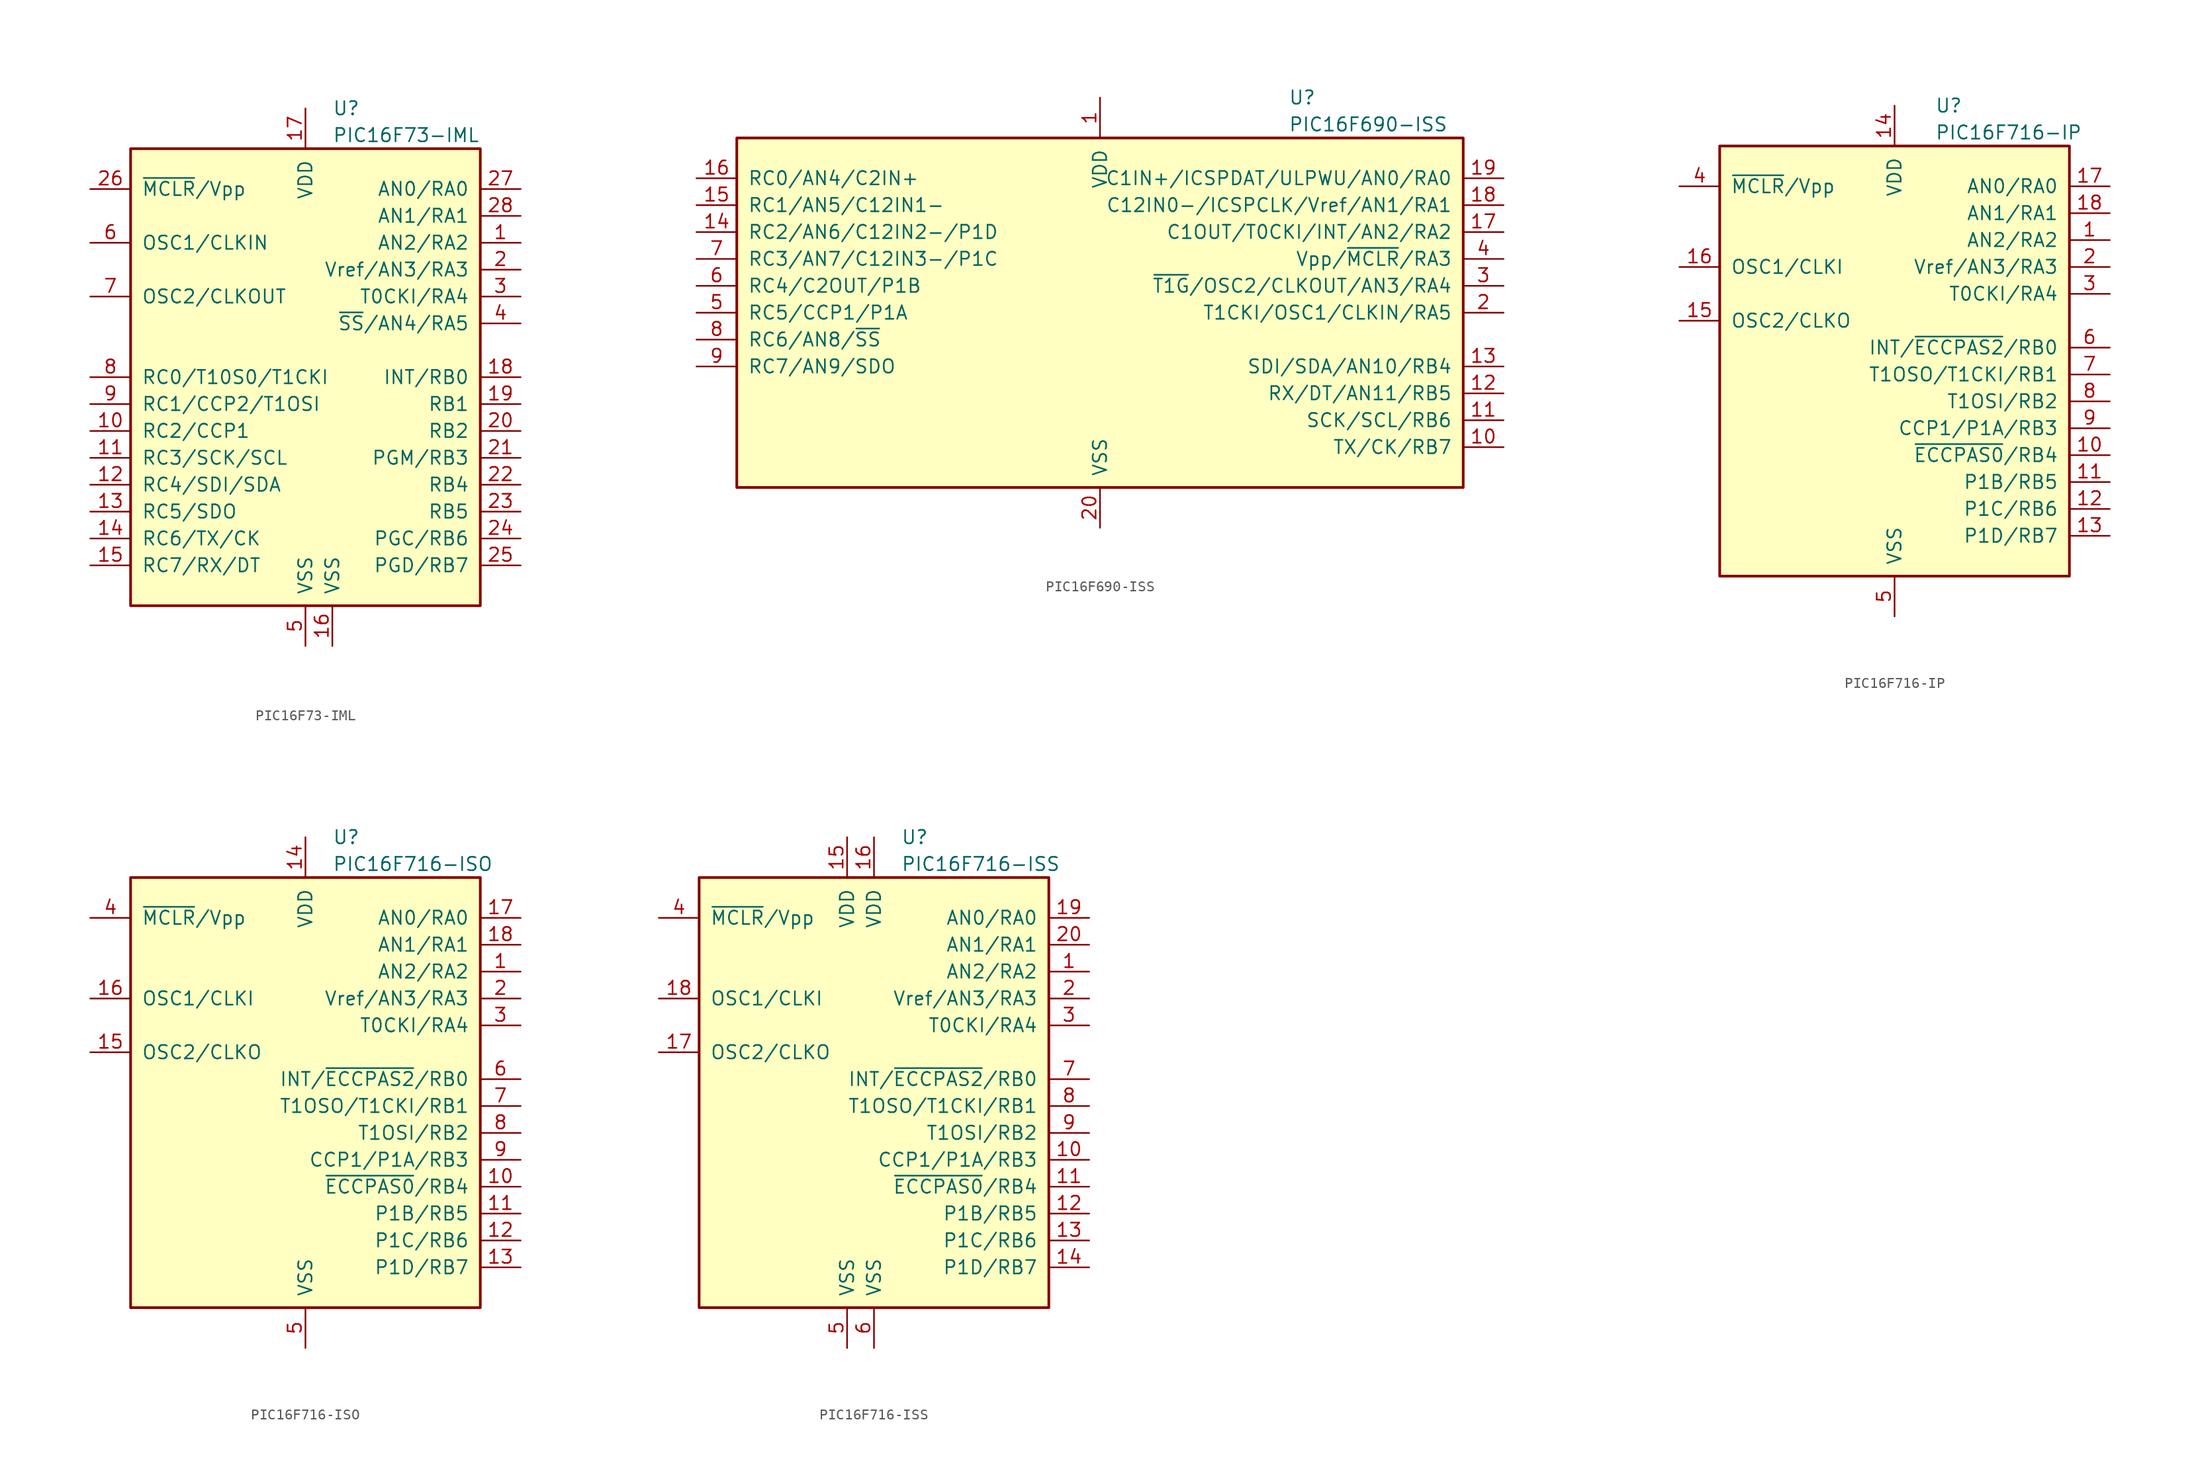
<source format=kicad_sym>
(kicad_symbol_lib
  (version 20201005)
  (generator kicad_symbol_editor)
  (symbol "MCU_Microchip_PIC16:PIC16F73-IML"
    (pin_names
      (offset 1.016))
    (property "Reference" "U"
      (at 2.54 25.4 0)
      (effects (font (size 1.27 1.27)) (justify left)))
    (property "Value" "PIC16F73-IML"
      (at 2.54 22.86 0)
      (effects (font (size 1.27 1.27)) (justify left)))
    (symbol "PIC16F73-IML_0_1"
      (rectangle (start -16.51 -21.59) (end 16.51 21.59) (stroke (width 0.254)) (fill (type background))))
    (symbol "PIC16F73-IML_1_1"
      (pin bidirectional line (at 20.32 12.7 180) (length 3.81) (name "AN2/RA2" (effects (font (size 1.27 1.27)))) (number "1" (effects (font (size 1.27 1.27)))))
      (pin bidirectional line (at -20.32 -5.08 0) (length 3.81) (name "RC2/CCP1" (effects (font (size 1.27 1.27)))) (number "10" (effects (font (size 1.27 1.27)))))
      (pin bidirectional line (at -20.32 -7.62 0) (length 3.81) (name "RC3/SCK/SCL" (effects (font (size 1.27 1.27)))) (number "11" (effects (font (size 1.27 1.27)))))
      (pin bidirectional line (at -20.32 -10.16 0) (length 3.81) (name "RC4/SDI/SDA" (effects (font (size 1.27 1.27)))) (number "12" (effects (font (size 1.27 1.27)))))
      (pin bidirectional line (at -20.32 -12.7 0) (length 3.81) (name "RC5/SDO" (effects (font (size 1.27 1.27)))) (number "13" (effects (font (size 1.27 1.27)))))
      (pin bidirectional line (at -20.32 -15.24 0) (length 3.81) (name "RC6/TX/CK" (effects (font (size 1.27 1.27)))) (number "14" (effects (font (size 1.27 1.27)))))
      (pin bidirectional line (at -20.32 -17.78 0) (length 3.81) (name "RC7/RX/DT" (effects (font (size 1.27 1.27)))) (number "15" (effects (font (size 1.27 1.27)))))
      (pin power_in line (at 2.54 -25.4 90) (length 3.81) (name "VSS" (effects (font (size 1.27 1.27)))) (number "16" (effects (font (size 1.27 1.27)))))
      (pin power_in line (at 0 25.4 270) (length 3.81) (name "VDD" (effects (font (size 1.27 1.27)))) (number "17" (effects (font (size 1.27 1.27)))))
      (pin bidirectional line (at 20.32 0 180) (length 3.81) (name "INT/RB0" (effects (font (size 1.27 1.27)))) (number "18" (effects (font (size 1.27 1.27)))))
      (pin bidirectional line (at 20.32 -2.54 180) (length 3.81) (name "RB1" (effects (font (size 1.27 1.27)))) (number "19" (effects (font (size 1.27 1.27)))))
      (pin bidirectional line (at 20.32 10.16 180) (length 3.81) (name "Vref/AN3/RA3" (effects (font (size 1.27 1.27)))) (number "2" (effects (font (size 1.27 1.27)))))
      (pin bidirectional line (at 20.32 -5.08 180) (length 3.81) (name "RB2" (effects (font (size 1.27 1.27)))) (number "20" (effects (font (size 1.27 1.27)))))
      (pin bidirectional line (at 20.32 -7.62 180) (length 3.81) (name "PGM/RB3" (effects (font (size 1.27 1.27)))) (number "21" (effects (font (size 1.27 1.27)))))
      (pin bidirectional line (at 20.32 -10.16 180) (length 3.81) (name "RB4" (effects (font (size 1.27 1.27)))) (number "22" (effects (font (size 1.27 1.27)))))
      (pin bidirectional line (at 20.32 -12.7 180) (length 3.81) (name "RB5" (effects (font (size 1.27 1.27)))) (number "23" (effects (font (size 1.27 1.27)))))
      (pin bidirectional line (at 20.32 -15.24 180) (length 3.81) (name "PGC/RB6" (effects (font (size 1.27 1.27)))) (number "24" (effects (font (size 1.27 1.27)))))
      (pin bidirectional line (at 20.32 -17.78 180) (length 3.81) (name "PGD/RB7" (effects (font (size 1.27 1.27)))) (number "25" (effects (font (size 1.27 1.27)))))
      (pin input line (at -20.32 17.78 0) (length 3.81) (name "~MCLR~/Vpp" (effects (font (size 1.27 1.27)))) (number "26" (effects (font (size 1.27 1.27)))))
      (pin bidirectional line (at 20.32 17.78 180) (length 3.81) (name "AN0/RA0" (effects (font (size 1.27 1.27)))) (number "27" (effects (font (size 1.27 1.27)))))
      (pin bidirectional line (at 20.32 15.24 180) (length 3.81) (name "AN1/RA1" (effects (font (size 1.27 1.27)))) (number "28" (effects (font (size 1.27 1.27)))))
      (pin bidirectional line (at 20.32 7.62 180) (length 3.81) (name "T0CKI/RA4" (effects (font (size 1.27 1.27)))) (number "3" (effects (font (size 1.27 1.27)))))
      (pin bidirectional line (at 20.32 5.08 180) (length 3.81) (name "~SS~/AN4/RA5" (effects (font (size 1.27 1.27)))) (number "4" (effects (font (size 1.27 1.27)))))
      (pin power_in line (at 0 -25.4 90) (length 3.81) (name "VSS" (effects (font (size 1.27 1.27)))) (number "5" (effects (font (size 1.27 1.27)))))
      (pin input line (at -20.32 12.7 0) (length 3.81) (name "OSC1/CLKIN" (effects (font (size 1.27 1.27)))) (number "6" (effects (font (size 1.27 1.27)))))
      (pin output line (at -20.32 7.62 0) (length 3.81) (name "OSC2/CLKOUT" (effects (font (size 1.27 1.27)))) (number "7" (effects (font (size 1.27 1.27)))))
      (pin bidirectional line (at -20.32 0 0) (length 3.81) (name "RC0/T10S0/T1CKI" (effects (font (size 1.27 1.27)))) (number "8" (effects (font (size 1.27 1.27)))))
      (pin bidirectional line (at -20.32 -2.54 0) (length 3.81) (name "RC1/CCP2/T1OSI" (effects (font (size 1.27 1.27)))) (number "9" (effects (font (size 1.27 1.27)))))))
  (symbol "MCU_Microchip_PIC16:PIC16F690-ISS"
    (pin_names
      (offset 1.016))
    (property "Reference" "U"
      (at 17.78 20.32 0)
      (effects (font (size 1.27 1.27)) (justify left)))
    (property "Value" "PIC16F690-ISS"
      (at 17.78 17.78 0)
      (effects (font (size 1.27 1.27)) (justify left)))
    (symbol "PIC16F690-ISS_0_1"
      (rectangle (start -34.29 16.51) (end 34.29 -16.51) (stroke (width 0.254)) (fill (type background))))
    (symbol "PIC16F690-ISS_1_1"
      (pin power_in line (at 0 20.32 270) (length 3.81) (name "VDD" (effects (font (size 1.27 1.27)))) (number "1" (effects (font (size 1.27 1.27)))))
      (pin bidirectional line (at 38.1 -12.7 180) (length 3.81) (name "TX/CK/RB7" (effects (font (size 1.27 1.27)))) (number "10" (effects (font (size 1.27 1.27)))))
      (pin bidirectional line (at 38.1 -10.16 180) (length 3.81) (name "SCK/SCL/RB6" (effects (font (size 1.27 1.27)))) (number "11" (effects (font (size 1.27 1.27)))))
      (pin bidirectional line (at 38.1 -7.62 180) (length 3.81) (name "RX/DT/AN11/RB5" (effects (font (size 1.27 1.27)))) (number "12" (effects (font (size 1.27 1.27)))))
      (pin bidirectional line (at 38.1 -5.08 180) (length 3.81) (name "SDI/SDA/AN10/RB4" (effects (font (size 1.27 1.27)))) (number "13" (effects (font (size 1.27 1.27)))))
      (pin bidirectional line (at -38.1 7.62 0) (length 3.81) (name "RC2/AN6/C12IN2-/P1D" (effects (font (size 1.27 1.27)))) (number "14" (effects (font (size 1.27 1.27)))))
      (pin bidirectional line (at -38.1 10.16 0) (length 3.81) (name "RC1/AN5/C12IN1-" (effects (font (size 1.27 1.27)))) (number "15" (effects (font (size 1.27 1.27)))))
      (pin bidirectional line (at -38.1 12.7 0) (length 3.81) (name "RC0/AN4/C2IN+" (effects (font (size 1.27 1.27)))) (number "16" (effects (font (size 1.27 1.27)))))
      (pin bidirectional line (at 38.1 7.62 180) (length 3.81) (name "C1OUT/T0CKI/INT/AN2/RA2" (effects (font (size 1.27 1.27)))) (number "17" (effects (font (size 1.27 1.27)))))
      (pin bidirectional line (at 38.1 10.16 180) (length 3.81) (name "C12IN0-/ICSPCLK/Vref/AN1/RA1" (effects (font (size 1.27 1.27)))) (number "18" (effects (font (size 1.27 1.27)))))
      (pin bidirectional line (at 38.1 12.7 180) (length 3.81) (name "C1IN+/ICSPDAT/ULPWU/AN0/RA0" (effects (font (size 1.27 1.27)))) (number "19" (effects (font (size 1.27 1.27)))))
      (pin bidirectional line (at 38.1 0 180) (length 3.81) (name "T1CKI/OSC1/CLKIN/RA5" (effects (font (size 1.27 1.27)))) (number "2" (effects (font (size 1.27 1.27)))))
      (pin power_in line (at 0 -20.32 90) (length 3.81) (name "VSS" (effects (font (size 1.27 1.27)))) (number "20" (effects (font (size 1.27 1.27)))))
      (pin bidirectional line (at 38.1 2.54 180) (length 3.81) (name "~T1G~/OSC2/CLKOUT/AN3/RA4" (effects (font (size 1.27 1.27)))) (number "3" (effects (font (size 1.27 1.27)))))
      (pin input line (at 38.1 5.08 180) (length 3.81) (name "Vpp/~MCLR~/RA3" (effects (font (size 1.27 1.27)))) (number "4" (effects (font (size 1.27 1.27)))))
      (pin bidirectional line (at -38.1 0 0) (length 3.81) (name "RC5/CCP1/P1A" (effects (font (size 1.27 1.27)))) (number "5" (effects (font (size 1.27 1.27)))))
      (pin bidirectional line (at -38.1 2.54 0) (length 3.81) (name "RC4/C2OUT/P1B" (effects (font (size 1.27 1.27)))) (number "6" (effects (font (size 1.27 1.27)))))
      (pin bidirectional line (at -38.1 5.08 0) (length 3.81) (name "RC3/AN7/C12IN3-/P1C" (effects (font (size 1.27 1.27)))) (number "7" (effects (font (size 1.27 1.27)))))
      (pin bidirectional line (at -38.1 -2.54 0) (length 3.81) (name "RC6/AN8/~SS~" (effects (font (size 1.27 1.27)))) (number "8" (effects (font (size 1.27 1.27)))))
      (pin bidirectional line (at -38.1 -5.08 0) (length 3.81) (name "RC7/AN9/SDO" (effects (font (size 1.27 1.27)))) (number "9" (effects (font (size 1.27 1.27)))))))
  (symbol "MCU_Microchip_PIC16:PIC16F716-IP"
    (pin_names
      (offset 1.016))
    (property "Reference" "U"
      (at 3.81 22.86 0)
      (effects (font (size 1.27 1.27)) (justify left)))
    (property "Value" "PIC16F716-IP"
      (at 3.81 20.32 0)
      (effects (font (size 1.27 1.27)) (justify left)))
    (symbol "PIC16F716-IP_0_1"
      (rectangle (start -16.51 19.05) (end 16.51 -21.59) (stroke (width 0.254)) (fill (type background))))
    (symbol "PIC16F716-IP_1_1"
      (pin bidirectional line (at 20.32 10.16 180) (length 3.81) (name "AN2/RA2" (effects (font (size 1.27 1.27)))) (number "1" (effects (font (size 1.27 1.27)))))
      (pin bidirectional line (at 20.32 -10.16 180) (length 3.81) (name "~ECCPAS0~/RB4" (effects (font (size 1.27 1.27)))) (number "10" (effects (font (size 1.27 1.27)))))
      (pin bidirectional line (at 20.32 -12.7 180) (length 3.81) (name "P1B/RB5" (effects (font (size 1.27 1.27)))) (number "11" (effects (font (size 1.27 1.27)))))
      (pin bidirectional line (at 20.32 -15.24 180) (length 3.81) (name "P1C/RB6" (effects (font (size 1.27 1.27)))) (number "12" (effects (font (size 1.27 1.27)))))
      (pin bidirectional line (at 20.32 -17.78 180) (length 3.81) (name "P1D/RB7" (effects (font (size 1.27 1.27)))) (number "13" (effects (font (size 1.27 1.27)))))
      (pin power_in line (at 0 22.86 270) (length 3.81) (name "VDD" (effects (font (size 1.27 1.27)))) (number "14" (effects (font (size 1.27 1.27)))))
      (pin output line (at -20.32 2.54 0) (length 3.81) (name "OSC2/CLKO" (effects (font (size 1.27 1.27)))) (number "15" (effects (font (size 1.27 1.27)))))
      (pin input line (at -20.32 7.62 0) (length 3.81) (name "OSC1/CLKI" (effects (font (size 1.27 1.27)))) (number "16" (effects (font (size 1.27 1.27)))))
      (pin bidirectional line (at 20.32 15.24 180) (length 3.81) (name "AN0/RA0" (effects (font (size 1.27 1.27)))) (number "17" (effects (font (size 1.27 1.27)))))
      (pin bidirectional line (at 20.32 12.7 180) (length 3.81) (name "AN1/RA1" (effects (font (size 1.27 1.27)))) (number "18" (effects (font (size 1.27 1.27)))))
      (pin bidirectional line (at 20.32 7.62 180) (length 3.81) (name "Vref/AN3/RA3" (effects (font (size 1.27 1.27)))) (number "2" (effects (font (size 1.27 1.27)))))
      (pin output line (at 20.32 5.08 180) (length 3.81) (name "T0CKI/RA4" (effects (font (size 1.27 1.27)))) (number "3" (effects (font (size 1.27 1.27)))))
      (pin input line (at -20.32 15.24 0) (length 3.81) (name "~MCLR~/Vpp" (effects (font (size 1.27 1.27)))) (number "4" (effects (font (size 1.27 1.27)))))
      (pin power_in line (at 0 -25.4 90) (length 3.81) (name "VSS" (effects (font (size 1.27 1.27)))) (number "5" (effects (font (size 1.27 1.27)))))
      (pin bidirectional line (at 20.32 0 180) (length 3.81) (name "INT/~ECCPAS2~/RB0" (effects (font (size 1.27 1.27)))) (number "6" (effects (font (size 1.27 1.27)))))
      (pin bidirectional line (at 20.32 -2.54 180) (length 3.81) (name "T1OSO/T1CKI/RB1" (effects (font (size 1.27 1.27)))) (number "7" (effects (font (size 1.27 1.27)))))
      (pin bidirectional line (at 20.32 -5.08 180) (length 3.81) (name "T1OSI/RB2" (effects (font (size 1.27 1.27)))) (number "8" (effects (font (size 1.27 1.27)))))
      (pin bidirectional line (at 20.32 -7.62 180) (length 3.81) (name "CCP1/P1A/RB3" (effects (font (size 1.27 1.27)))) (number "9" (effects (font (size 1.27 1.27)))))))
  (symbol "MCU_Microchip_PIC16:PIC16F716-ISO"
    (pin_names
      (offset 1.016))
    (property "Reference" "U"
      (at 2.54 22.86 0)
      (effects (font (size 1.27 1.27)) (justify left)))
    (property "Value" "PIC16F716-ISO"
      (at 2.54 20.32 0)
      (effects (font (size 1.27 1.27)) (justify left)))
    (symbol "PIC16F716-ISO_0_1"
      (rectangle (start -16.51 19.05) (end 16.51 -21.59) (stroke (width 0.254)) (fill (type background))))
    (symbol "PIC16F716-ISO_1_1"
      (pin bidirectional line (at 20.32 10.16 180) (length 3.81) (name "AN2/RA2" (effects (font (size 1.27 1.27)))) (number "1" (effects (font (size 1.27 1.27)))))
      (pin bidirectional line (at 20.32 -10.16 180) (length 3.81) (name "~ECCPAS0~/RB4" (effects (font (size 1.27 1.27)))) (number "10" (effects (font (size 1.27 1.27)))))
      (pin bidirectional line (at 20.32 -12.7 180) (length 3.81) (name "P1B/RB5" (effects (font (size 1.27 1.27)))) (number "11" (effects (font (size 1.27 1.27)))))
      (pin bidirectional line (at 20.32 -15.24 180) (length 3.81) (name "P1C/RB6" (effects (font (size 1.27 1.27)))) (number "12" (effects (font (size 1.27 1.27)))))
      (pin bidirectional line (at 20.32 -17.78 180) (length 3.81) (name "P1D/RB7" (effects (font (size 1.27 1.27)))) (number "13" (effects (font (size 1.27 1.27)))))
      (pin power_in line (at 0 22.86 270) (length 3.81) (name "VDD" (effects (font (size 1.27 1.27)))) (number "14" (effects (font (size 1.27 1.27)))))
      (pin output line (at -20.32 2.54 0) (length 3.81) (name "OSC2/CLKO" (effects (font (size 1.27 1.27)))) (number "15" (effects (font (size 1.27 1.27)))))
      (pin input line (at -20.32 7.62 0) (length 3.81) (name "OSC1/CLKI" (effects (font (size 1.27 1.27)))) (number "16" (effects (font (size 1.27 1.27)))))
      (pin bidirectional line (at 20.32 15.24 180) (length 3.81) (name "AN0/RA0" (effects (font (size 1.27 1.27)))) (number "17" (effects (font (size 1.27 1.27)))))
      (pin bidirectional line (at 20.32 12.7 180) (length 3.81) (name "AN1/RA1" (effects (font (size 1.27 1.27)))) (number "18" (effects (font (size 1.27 1.27)))))
      (pin bidirectional line (at 20.32 7.62 180) (length 3.81) (name "Vref/AN3/RA3" (effects (font (size 1.27 1.27)))) (number "2" (effects (font (size 1.27 1.27)))))
      (pin output line (at 20.32 5.08 180) (length 3.81) (name "T0CKI/RA4" (effects (font (size 1.27 1.27)))) (number "3" (effects (font (size 1.27 1.27)))))
      (pin input line (at -20.32 15.24 0) (length 3.81) (name "~MCLR~/Vpp" (effects (font (size 1.27 1.27)))) (number "4" (effects (font (size 1.27 1.27)))))
      (pin power_in line (at 0 -25.4 90) (length 3.81) (name "VSS" (effects (font (size 1.27 1.27)))) (number "5" (effects (font (size 1.27 1.27)))))
      (pin bidirectional line (at 20.32 0 180) (length 3.81) (name "INT/~ECCPAS2~/RB0" (effects (font (size 1.27 1.27)))) (number "6" (effects (font (size 1.27 1.27)))))
      (pin bidirectional line (at 20.32 -2.54 180) (length 3.81) (name "T1OSO/T1CKI/RB1" (effects (font (size 1.27 1.27)))) (number "7" (effects (font (size 1.27 1.27)))))
      (pin bidirectional line (at 20.32 -5.08 180) (length 3.81) (name "T1OSI/RB2" (effects (font (size 1.27 1.27)))) (number "8" (effects (font (size 1.27 1.27)))))
      (pin bidirectional line (at 20.32 -7.62 180) (length 3.81) (name "CCP1/P1A/RB3" (effects (font (size 1.27 1.27)))) (number "9" (effects (font (size 1.27 1.27)))))))
  (symbol "MCU_Microchip_PIC16:PIC16F716-ISS"
    (pin_names
      (offset 1.016))
    (property "Reference" "U"
      (at 2.54 22.86 0)
      (effects (font (size 1.27 1.27)) (justify left)))
    (property "Value" "PIC16F716-ISS"
      (at 2.54 20.32 0)
      (effects (font (size 1.27 1.27)) (justify left)))
    (symbol "PIC16F716-ISS_0_1"
      (rectangle (start -16.51 19.05) (end 16.51 -21.59) (stroke (width 0.254)) (fill (type background))))
    (symbol "PIC16F716-ISS_1_1"
      (pin bidirectional line (at 20.32 10.16 180) (length 3.81) (name "AN2/RA2" (effects (font (size 1.27 1.27)))) (number "1" (effects (font (size 1.27 1.27)))))
      (pin bidirectional line (at 20.32 -7.62 180) (length 3.81) (name "CCP1/P1A/RB3" (effects (font (size 1.27 1.27)))) (number "10" (effects (font (size 1.27 1.27)))))
      (pin bidirectional line (at 20.32 -10.16 180) (length 3.81) (name "~ECCPAS0~/RB4" (effects (font (size 1.27 1.27)))) (number "11" (effects (font (size 1.27 1.27)))))
      (pin bidirectional line (at 20.32 -12.7 180) (length 3.81) (name "P1B/RB5" (effects (font (size 1.27 1.27)))) (number "12" (effects (font (size 1.27 1.27)))))
      (pin bidirectional line (at 20.32 -15.24 180) (length 3.81) (name "P1C/RB6" (effects (font (size 1.27 1.27)))) (number "13" (effects (font (size 1.27 1.27)))))
      (pin bidirectional line (at 20.32 -17.78 180) (length 3.81) (name "P1D/RB7" (effects (font (size 1.27 1.27)))) (number "14" (effects (font (size 1.27 1.27)))))
      (pin power_in line (at -2.54 22.86 270) (length 3.81) (name "VDD" (effects (font (size 1.27 1.27)))) (number "15" (effects (font (size 1.27 1.27)))))
      (pin power_in line (at 0 22.86 270) (length 3.81) (name "VDD" (effects (font (size 1.27 1.27)))) (number "16" (effects (font (size 1.27 1.27)))))
      (pin output line (at -20.32 2.54 0) (length 3.81) (name "OSC2/CLKO" (effects (font (size 1.27 1.27)))) (number "17" (effects (font (size 1.27 1.27)))))
      (pin input line (at -20.32 7.62 0) (length 3.81) (name "OSC1/CLKI" (effects (font (size 1.27 1.27)))) (number "18" (effects (font (size 1.27 1.27)))))
      (pin bidirectional line (at 20.32 15.24 180) (length 3.81) (name "AN0/RA0" (effects (font (size 1.27 1.27)))) (number "19" (effects (font (size 1.27 1.27)))))
      (pin bidirectional line (at 20.32 7.62 180) (length 3.81) (name "Vref/AN3/RA3" (effects (font (size 1.27 1.27)))) (number "2" (effects (font (size 1.27 1.27)))))
      (pin bidirectional line (at 20.32 12.7 180) (length 3.81) (name "AN1/RA1" (effects (font (size 1.27 1.27)))) (number "20" (effects (font (size 1.27 1.27)))))
      (pin output line (at 20.32 5.08 180) (length 3.81) (name "T0CKI/RA4" (effects (font (size 1.27 1.27)))) (number "3" (effects (font (size 1.27 1.27)))))
      (pin input line (at -20.32 15.24 0) (length 3.81) (name "~MCLR~/Vpp" (effects (font (size 1.27 1.27)))) (number "4" (effects (font (size 1.27 1.27)))))
      (pin power_in line (at -2.54 -25.4 90) (length 3.81) (name "VSS" (effects (font (size 1.27 1.27)))) (number "5" (effects (font (size 1.27 1.27)))))
      (pin power_in line (at 0 -25.4 90) (length 3.81) (name "VSS" (effects (font (size 1.27 1.27)))) (number "6" (effects (font (size 1.27 1.27)))))
      (pin bidirectional line (at 20.32 0 180) (length 3.81) (name "INT/~ECCPAS2~/RB0" (effects (font (size 1.27 1.27)))) (number "7" (effects (font (size 1.27 1.27)))))
      (pin bidirectional line (at 20.32 -2.54 180) (length 3.81) (name "T1OSO/T1CKI/RB1" (effects (font (size 1.27 1.27)))) (number "8" (effects (font (size 1.27 1.27)))))
      (pin bidirectional line (at 20.32 -5.08 180) (length 3.81) (name "T1OSI/RB2" (effects (font (size 1.27 1.27)))) (number "9" (effects (font (size 1.27 1.27))))))))
</source>
